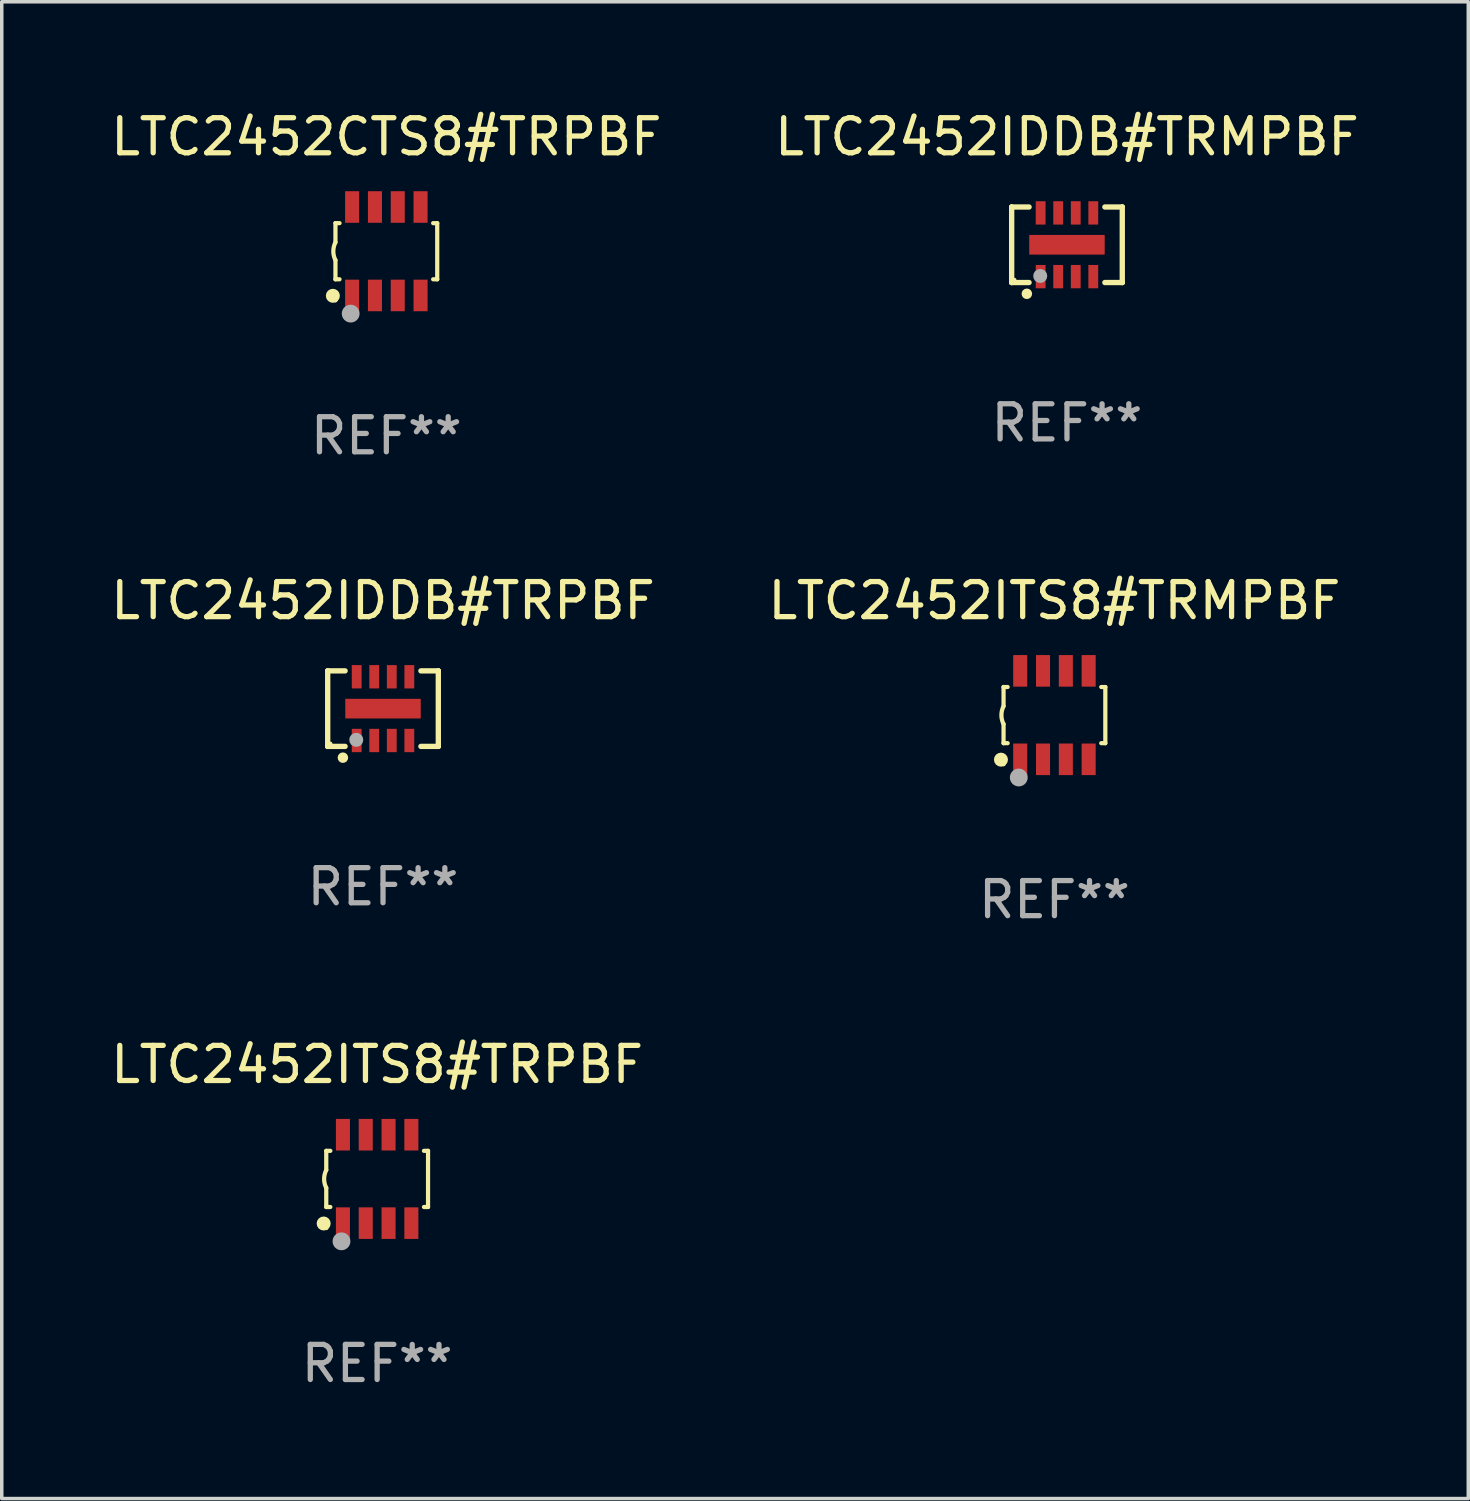
<source format=kicad_pcb>
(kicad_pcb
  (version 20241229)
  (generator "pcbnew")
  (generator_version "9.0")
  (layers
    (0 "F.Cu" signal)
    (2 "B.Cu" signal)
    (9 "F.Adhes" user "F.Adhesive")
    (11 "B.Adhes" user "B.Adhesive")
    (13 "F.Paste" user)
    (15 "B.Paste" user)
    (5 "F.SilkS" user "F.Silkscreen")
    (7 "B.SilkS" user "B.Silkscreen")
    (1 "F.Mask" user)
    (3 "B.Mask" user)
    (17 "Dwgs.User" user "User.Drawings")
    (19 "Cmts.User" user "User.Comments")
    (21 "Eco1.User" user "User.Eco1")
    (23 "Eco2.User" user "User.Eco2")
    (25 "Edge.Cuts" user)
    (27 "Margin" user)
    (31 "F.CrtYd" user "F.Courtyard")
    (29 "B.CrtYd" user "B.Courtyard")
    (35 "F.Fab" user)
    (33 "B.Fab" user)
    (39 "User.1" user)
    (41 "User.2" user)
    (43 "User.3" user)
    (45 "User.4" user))
  (footprint "LTC2452IDDB#TRMPBF"
    (layer "F.Cu")
    (at 27.351 3.924)
    (property "Reference" "LTC2452IDDB#TRMPBF" (at 0 -3.076 0) (layer "F.SilkS") (effects (font (size 1 1) (thickness 0.15))))
    (attr through_hole)
    (fp_line (start -1.576 -1.076) (end -1.576 -1.076) (stroke (width 0.152) (type solid)) (layer "F.SilkS"))
    (fp_line (start -1.576 -1.076) (end -1.08 -1.076) (stroke (width 0.152) (type solid)) (layer "F.SilkS"))
    (fp_line (start -1.576 1.076) (end -1.576 -1.076) (stroke (width 0.152) (type solid)) (layer "F.SilkS"))
    (fp_line (start -1.576 1.076) (end -1.576 1.076) (stroke (width 0.152) (type solid)) (layer "F.SilkS"))
    (fp_line (start -1.08 1.076) (end -1.576 1.076) (stroke (width 0.152) (type solid)) (layer "F.SilkS"))
    (fp_line (start 1.08 1.076) (end 1.576 1.076) (stroke (width 0.152) (type solid)) (layer "F.SilkS"))
    (fp_line (start 1.576 -1.076) (end 1.08 -1.076) (stroke (width 0.152) (type solid)) (layer "F.SilkS"))
    (fp_line (start 1.576 -1.076) (end 1.576 -1.076) (stroke (width 0.152) (type solid)) (layer "F.SilkS"))
    (fp_line (start 1.576 1.076) (end 1.576 -1.076) (stroke (width 0.152) (type solid)) (layer "F.SilkS"))
    (fp_line (start 1.576 1.076) (end 1.576 1.076) (stroke (width 0.152) (type solid)) (layer "F.SilkS"))
    (fp_circle (center -1.5 1) (end -1.47 1) (stroke (width 0.06) (type solid)) (fill no) (layer "F.SilkS"))
    (fp_circle (center -1.143 1.397) (end -1.068 1.397) (stroke (width 0.15) (type solid)) (fill no) (layer "F.SilkS"))
    (fp_circle (center -0.762 0.889) (end -0.662 0.889) (stroke (width 0.2) (type solid)) (fill no) (layer "F.Fab"))
    (fp_text user "REF**" (at 0 5.076 0) (layer "F.Fab") (effects (font (size 1 1) (thickness 0.15))))
    (pad "1" smd rect (at -0.75 0.908) (size 0.28 0.665) (layers "F.Cu" "F.Mask" "F.Paste"))
    (pad "2" smd rect (at -0.25 0.908) (size 0.28 0.665) (layers "F.Cu" "F.Mask" "F.Paste"))
    (pad "3" smd rect (at 0.25 0.908) (size 0.28 0.665) (layers "F.Cu" "F.Mask" "F.Paste"))
    (pad "4" smd rect (at 0.75 0.908) (size 0.28 0.665) (layers "F.Cu" "F.Mask" "F.Paste"))
    (pad "5" smd rect (at 0.75 -0.908) (size 0.28 0.665) (layers "F.Cu" "F.Mask" "F.Paste"))
    (pad "6" smd rect (at 0.25 -0.908) (size 0.28 0.665) (layers "F.Cu" "F.Mask" "F.Paste"))
    (pad "7" smd rect (at -0.25 -0.908) (size 0.28 0.665) (layers "F.Cu" "F.Mask" "F.Paste"))
    (pad "8" smd rect (at -0.75 -0.908) (size 0.28 0.665) (layers "F.Cu" "F.Mask" "F.Paste"))
    (pad "9" smd rect (at 0 0) (size 2.15 0.56) (layers "F.Cu" "F.Mask" "F.Paste")))
  (footprint "LTC2452CTS8#TRPBF"
    (layer "F.Cu")
    (at 7.958 4.108)
    (property "Reference" "LTC2452CTS8#TRPBF" (at 0 -3.26 0) (layer "F.SilkS") (effects (font (size 1 1) (thickness 0.15))))
    (attr through_hole)
    (fp_line (start -1.45 -0.8) (end -1.45 -0.254) (stroke (width 0.12) (type solid)) (layer "F.SilkS"))
    (fp_line (start -1.45 -0.8) (end -1.334 -0.8) (stroke (width 0.12) (type solid)) (layer "F.SilkS"))
    (fp_line (start -1.45 0.8) (end -1.45 0.254) (stroke (width 0.12) (type solid)) (layer "F.SilkS"))
    (fp_line (start -1.45 0.8) (end -1.334 0.8) (stroke (width 0.12) (type solid)) (layer "F.SilkS"))
    (fp_line (start 1.334 -0.8) (end 1.45 -0.8) (stroke (width 0.12) (type solid)) (layer "F.SilkS"))
    (fp_line (start 1.334 0.8) (end 1.45 0.8) (stroke (width 0.12) (type solid)) (layer "F.SilkS"))
    (fp_line (start 1.45 0.8) (end 1.45 -0.8) (stroke (width 0.12) (type solid)) (layer "F.SilkS"))
    (fp_arc (start -1.45075 0.255144) (mid -1.510605 0.000434) (end -1.450013 -0.254102) (stroke (width 0.11999) (type solid)) (layer "F.SilkS"))
    (fp_circle (center -1.524 1.27) (end -1.424 1.27) (stroke (width 0.2) (type solid)) (fill no) (layer "F.SilkS"))
    (fp_circle (center -1.45 1.4) (end -1.42 1.4) (stroke (width 0.06) (type solid)) (fill no) (layer "F.SilkS"))
    (fp_circle (center -1.016 1.778) (end -0.889 1.778) (stroke (width 0.254) (type solid)) (fill no) (layer "F.Fab"))
    (fp_text user "REF**" (at 0 5.26 0) (layer "F.Fab") (effects (font (size 1 1) (thickness 0.15))))
    (pad "1" smd rect (at -0.975 1.26) (size 0.4 0.9) (layers "F.Cu" "F.Mask" "F.Paste"))
    (pad "2" smd rect (at -0.325 1.26) (size 0.4 0.9) (layers "F.Cu" "F.Mask" "F.Paste"))
    (pad "3" smd rect (at 0.325 1.26) (size 0.4 0.9) (layers "F.Cu" "F.Mask" "F.Paste"))
    (pad "4" smd rect (at 0.975 1.26) (size 0.4 0.9) (layers "F.Cu" "F.Mask" "F.Paste"))
    (pad "5" smd rect (at 0.975 -1.26) (size 0.4 0.9) (layers "F.Cu" "F.Mask" "F.Paste"))
    (pad "6" smd rect (at 0.325 -1.26) (size 0.4 0.9) (layers "F.Cu" "F.Mask" "F.Paste"))
    (pad "7" smd rect (at -0.325 -1.26) (size 0.4 0.9) (layers "F.Cu" "F.Mask" "F.Paste"))
    (pad "8" smd rect (at -0.975 -1.26) (size 0.4 0.9) (layers "F.Cu" "F.Mask" "F.Paste")))
  (footprint "LTC2452IDDB#TRPBF"
    (layer "F.Cu")
    (at 7.863 17.141)
    (property "Reference" "LTC2452IDDB#TRPBF" (at 0 -3.076 0) (layer "F.SilkS") (effects (font (size 1 1) (thickness 0.15))))
    (attr through_hole)
    (fp_line (start -1.576 -1.076) (end -1.576 -1.076) (stroke (width 0.152) (type solid)) (layer "F.SilkS"))
    (fp_line (start -1.576 -1.076) (end -1.08 -1.076) (stroke (width 0.152) (type solid)) (layer "F.SilkS"))
    (fp_line (start -1.576 1.076) (end -1.576 -1.076) (stroke (width 0.152) (type solid)) (layer "F.SilkS"))
    (fp_line (start -1.576 1.076) (end -1.576 1.076) (stroke (width 0.152) (type solid)) (layer "F.SilkS"))
    (fp_line (start -1.08 1.076) (end -1.576 1.076) (stroke (width 0.152) (type solid)) (layer "F.SilkS"))
    (fp_line (start 1.08 1.076) (end 1.576 1.076) (stroke (width 0.152) (type solid)) (layer "F.SilkS"))
    (fp_line (start 1.576 -1.076) (end 1.08 -1.076) (stroke (width 0.152) (type solid)) (layer "F.SilkS"))
    (fp_line (start 1.576 -1.076) (end 1.576 -1.076) (stroke (width 0.152) (type solid)) (layer "F.SilkS"))
    (fp_line (start 1.576 1.076) (end 1.576 -1.076) (stroke (width 0.152) (type solid)) (layer "F.SilkS"))
    (fp_line (start 1.576 1.076) (end 1.576 1.076) (stroke (width 0.152) (type solid)) (layer "F.SilkS"))
    (fp_circle (center -1.5 1) (end -1.47 1) (stroke (width 0.06) (type solid)) (fill no) (layer "F.SilkS"))
    (fp_circle (center -1.143 1.397) (end -1.068 1.397) (stroke (width 0.15) (type solid)) (fill no) (layer "F.SilkS"))
    (fp_circle (center -0.762 0.889) (end -0.662 0.889) (stroke (width 0.2) (type solid)) (fill no) (layer "F.Fab"))
    (fp_text user "REF**" (at 0 5.076 0) (layer "F.Fab") (effects (font (size 1 1) (thickness 0.15))))
    (pad "1" smd rect (at -0.75 0.908) (size 0.28 0.665) (layers "F.Cu" "F.Mask" "F.Paste"))
    (pad "2" smd rect (at -0.25 0.908) (size 0.28 0.665) (layers "F.Cu" "F.Mask" "F.Paste"))
    (pad "3" smd rect (at 0.25 0.908) (size 0.28 0.665) (layers "F.Cu" "F.Mask" "F.Paste"))
    (pad "4" smd rect (at 0.75 0.908) (size 0.28 0.665) (layers "F.Cu" "F.Mask" "F.Paste"))
    (pad "5" smd rect (at 0.75 -0.908) (size 0.28 0.665) (layers "F.Cu" "F.Mask" "F.Paste"))
    (pad "6" smd rect (at 0.25 -0.908) (size 0.28 0.665) (layers "F.Cu" "F.Mask" "F.Paste"))
    (pad "7" smd rect (at -0.25 -0.908) (size 0.28 0.665) (layers "F.Cu" "F.Mask" "F.Paste"))
    (pad "8" smd rect (at -0.75 -0.908) (size 0.28 0.665) (layers "F.Cu" "F.Mask" "F.Paste"))
    (pad "9" smd rect (at 0 0) (size 2.15 0.56) (layers "F.Cu" "F.Mask" "F.Paste")))
  (footprint "LTC2452ITS8#TRPBF"
    (layer "F.Cu")
    (at 7.696 30.541)
    (property "Reference" "LTC2452ITS8#TRPBF" (at 0 -3.26 0) (layer "F.SilkS") (effects (font (size 1 1) (thickness 0.15))))
    (attr through_hole)
    (fp_line (start -1.45 -0.8) (end -1.45 -0.254) (stroke (width 0.12) (type solid)) (layer "F.SilkS"))
    (fp_line (start -1.45 -0.8) (end -1.334 -0.8) (stroke (width 0.12) (type solid)) (layer "F.SilkS"))
    (fp_line (start -1.45 0.8) (end -1.45 0.254) (stroke (width 0.12) (type solid)) (layer "F.SilkS"))
    (fp_line (start -1.45 0.8) (end -1.334 0.8) (stroke (width 0.12) (type solid)) (layer "F.SilkS"))
    (fp_line (start 1.334 -0.8) (end 1.45 -0.8) (stroke (width 0.12) (type solid)) (layer "F.SilkS"))
    (fp_line (start 1.334 0.8) (end 1.45 0.8) (stroke (width 0.12) (type solid)) (layer "F.SilkS"))
    (fp_line (start 1.45 0.8) (end 1.45 -0.8) (stroke (width 0.12) (type solid)) (layer "F.SilkS"))
    (fp_arc (start -1.45075 0.255144) (mid -1.510605 0.000434) (end -1.450013 -0.254102) (stroke (width 0.11999) (type solid)) (layer "F.SilkS"))
    (fp_circle (center -1.524 1.27) (end -1.424 1.27) (stroke (width 0.2) (type solid)) (fill no) (layer "F.SilkS"))
    (fp_circle (center -1.45 1.4) (end -1.42 1.4) (stroke (width 0.06) (type solid)) (fill no) (layer "F.SilkS"))
    (fp_circle (center -1.016 1.778) (end -0.889 1.778) (stroke (width 0.254) (type solid)) (fill no) (layer "F.Fab"))
    (fp_text user "REF**" (at 0 5.26 0) (layer "F.Fab") (effects (font (size 1 1) (thickness 0.15))))
    (pad "1" smd rect (at -0.975 1.26) (size 0.4 0.9) (layers "F.Cu" "F.Mask" "F.Paste"))
    (pad "2" smd rect (at -0.325 1.26) (size 0.4 0.9) (layers "F.Cu" "F.Mask" "F.Paste"))
    (pad "3" smd rect (at 0.325 1.26) (size 0.4 0.9) (layers "F.Cu" "F.Mask" "F.Paste"))
    (pad "4" smd rect (at 0.975 1.26) (size 0.4 0.9) (layers "F.Cu" "F.Mask" "F.Paste"))
    (pad "5" smd rect (at 0.975 -1.26) (size 0.4 0.9) (layers "F.Cu" "F.Mask" "F.Paste"))
    (pad "6" smd rect (at 0.325 -1.26) (size 0.4 0.9) (layers "F.Cu" "F.Mask" "F.Paste"))
    (pad "7" smd rect (at -0.325 -1.26) (size 0.4 0.9) (layers "F.Cu" "F.Mask" "F.Paste"))
    (pad "8" smd rect (at -0.975 -1.26) (size 0.4 0.9) (layers "F.Cu" "F.Mask" "F.Paste")))
  (footprint "LTC2452ITS8#TRMPBF"
    (layer "F.Cu")
    (at 26.994 17.325)
    (property "Reference" "LTC2452ITS8#TRMPBF" (at 0 -3.26 0) (layer "F.SilkS") (effects (font (size 1 1) (thickness 0.15))))
    (attr through_hole)
    (fp_line (start -1.45 -0.8) (end -1.45 -0.254) (stroke (width 0.12) (type solid)) (layer "F.SilkS"))
    (fp_line (start -1.45 -0.8) (end -1.334 -0.8) (stroke (width 0.12) (type solid)) (layer "F.SilkS"))
    (fp_line (start -1.45 0.8) (end -1.45 0.254) (stroke (width 0.12) (type solid)) (layer "F.SilkS"))
    (fp_line (start -1.45 0.8) (end -1.334 0.8) (stroke (width 0.12) (type solid)) (layer "F.SilkS"))
    (fp_line (start 1.334 -0.8) (end 1.45 -0.8) (stroke (width 0.12) (type solid)) (layer "F.SilkS"))
    (fp_line (start 1.334 0.8) (end 1.45 0.8) (stroke (width 0.12) (type solid)) (layer "F.SilkS"))
    (fp_line (start 1.45 0.8) (end 1.45 -0.8) (stroke (width 0.12) (type solid)) (layer "F.SilkS"))
    (fp_arc (start -1.45075 0.255144) (mid -1.510605 0.000434) (end -1.450013 -0.254102) (stroke (width 0.11999) (type solid)) (layer "F.SilkS"))
    (fp_circle (center -1.524 1.27) (end -1.424 1.27) (stroke (width 0.2) (type solid)) (fill no) (layer "F.SilkS"))
    (fp_circle (center -1.45 1.4) (end -1.42 1.4) (stroke (width 0.06) (type solid)) (fill no) (layer "F.SilkS"))
    (fp_circle (center -1.016 1.778) (end -0.889 1.778) (stroke (width 0.254) (type solid)) (fill no) (layer "F.Fab"))
    (fp_text user "REF**" (at 0 5.26 0) (layer "F.Fab") (effects (font (size 1 1) (thickness 0.15))))
    (pad "1" smd rect (at -0.975 1.26) (size 0.4 0.9) (layers "F.Cu" "F.Mask" "F.Paste"))
    (pad "2" smd rect (at -0.325 1.26) (size 0.4 0.9) (layers "F.Cu" "F.Mask" "F.Paste"))
    (pad "3" smd rect (at 0.325 1.26) (size 0.4 0.9) (layers "F.Cu" "F.Mask" "F.Paste"))
    (pad "4" smd rect (at 0.975 1.26) (size 0.4 0.9) (layers "F.Cu" "F.Mask" "F.Paste"))
    (pad "5" smd rect (at 0.975 -1.26) (size 0.4 0.9) (layers "F.Cu" "F.Mask" "F.Paste"))
    (pad "6" smd rect (at 0.325 -1.26) (size 0.4 0.9) (layers "F.Cu" "F.Mask" "F.Paste"))
    (pad "7" smd rect (at -0.325 -1.26) (size 0.4 0.9) (layers "F.Cu" "F.Mask" "F.Paste"))
    (pad "8" smd rect (at -0.975 -1.26) (size 0.4 0.9) (layers "F.Cu" "F.Mask" "F.Paste")))
  (gr_rect
    (start -3 -3)
    (end 38.786 39.649)
    (stroke (width 0.1) (type default))
    (fill no)
    (layer "Edge.Cuts")))
</source>
